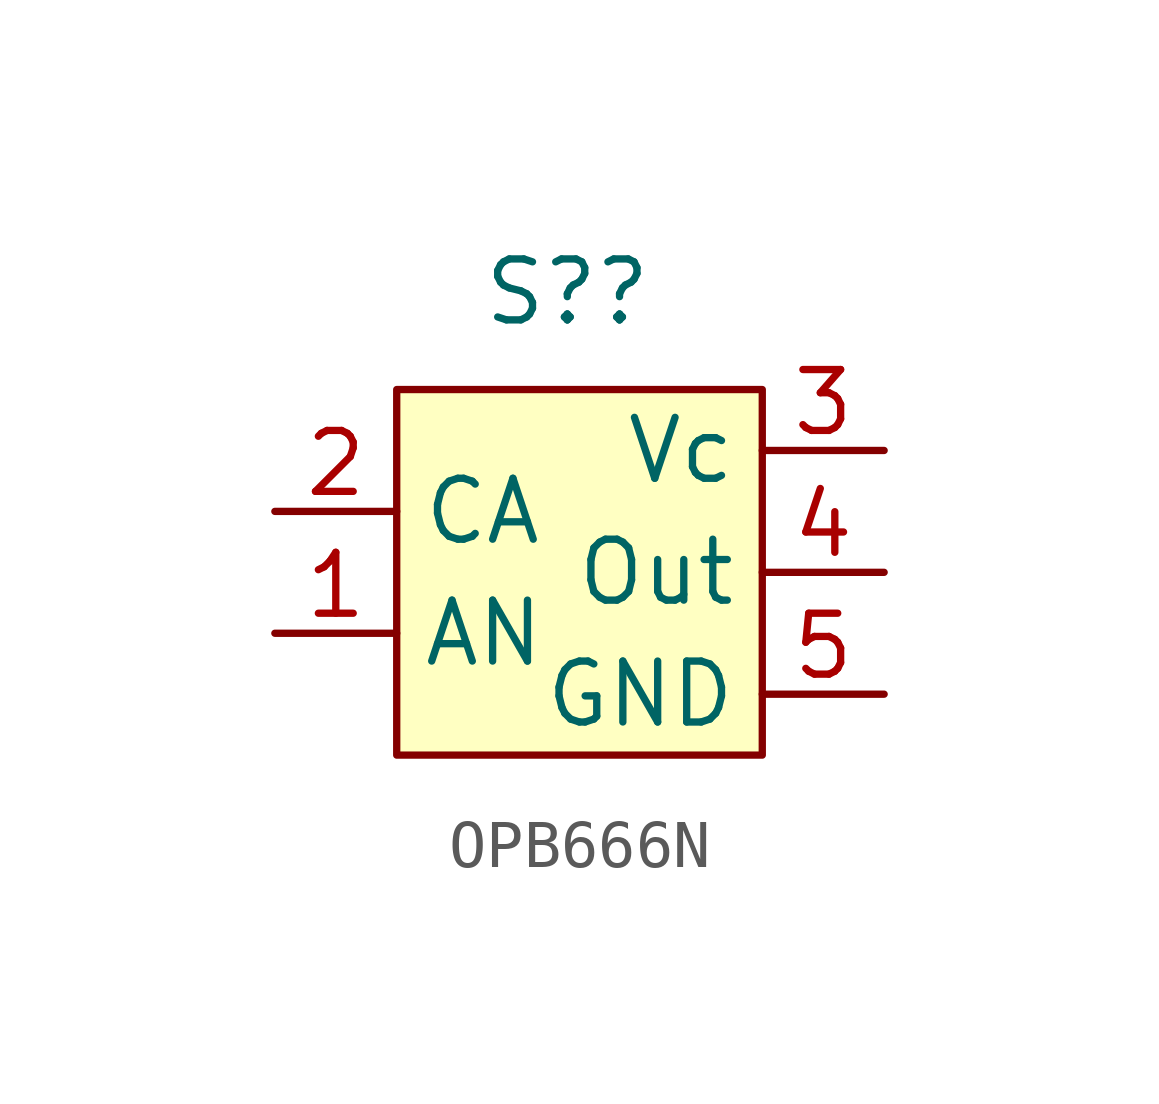
<source format=kicad_sym>
(kicad_symbol_lib
  (version 20231120)
  (generator "kicad_symbol_editor")
  (generator_version "8.0")
  (symbol "OPB666N"
    (property "Reference" "S?"
      (at -0.254 5.842 0)
      (effects (font (size 1.27 1.27))))
    (property "Value" ""
      (at 0 0 0)
      (effects (font (size 1.27 1.27))))
    (symbol "OPB666N_1_1"
      (rectangle (start -3.81 3.81) (end 3.81 -3.81) (stroke (width 0) (type default)) (fill (type background)))
      (pin bidirectional line (at -6.35 -1.27 0) (length 2.54) (name "AN" (effects (font (size 1.27 1.27)))) (number "1" (effects (font (size 1.27 1.27)))))
      (pin bidirectional line (at -6.35 1.27 0) (length 2.54) (name "CA" (effects (font (size 1.27 1.27)))) (number "2" (effects (font (size 1.27 1.27)))))
      (pin input line (at 6.35 2.54 180) (length 2.54) (name "Vc" (effects (font (size 1.27 1.27)))) (number "3" (effects (font (size 1.27 1.27)))))
      (pin output line (at 6.35 0 180) (length 2.54) (name "Out" (effects (font (size 1.27 1.27)))) (number "4" (effects (font (size 1.27 1.27)))))
      (pin bidirectional line (at 6.35 -2.54 180) (length 2.54) (name "GND" (effects (font (size 1.27 1.27)))) (number "5" (effects (font (size 1.27 1.27))))))))
</source>
